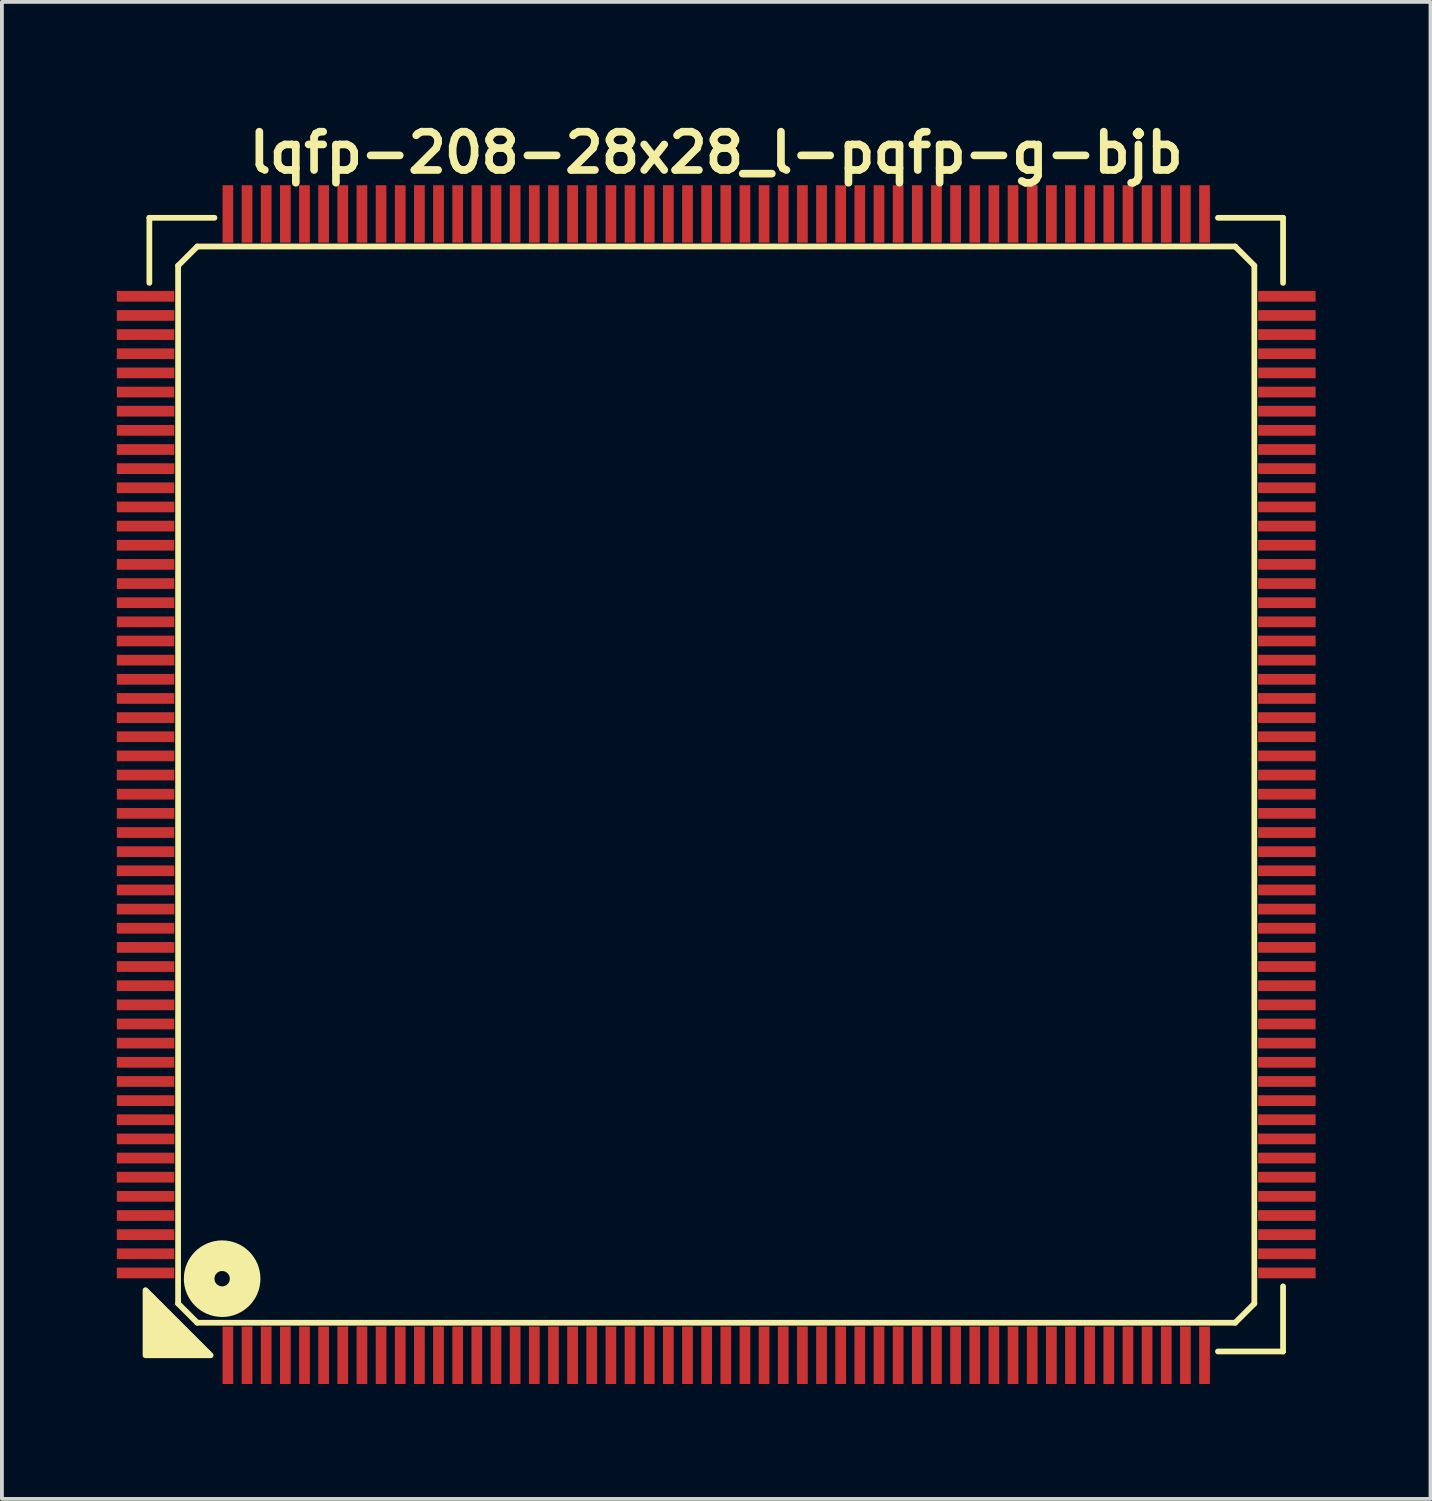
<source format=kicad_pcb>
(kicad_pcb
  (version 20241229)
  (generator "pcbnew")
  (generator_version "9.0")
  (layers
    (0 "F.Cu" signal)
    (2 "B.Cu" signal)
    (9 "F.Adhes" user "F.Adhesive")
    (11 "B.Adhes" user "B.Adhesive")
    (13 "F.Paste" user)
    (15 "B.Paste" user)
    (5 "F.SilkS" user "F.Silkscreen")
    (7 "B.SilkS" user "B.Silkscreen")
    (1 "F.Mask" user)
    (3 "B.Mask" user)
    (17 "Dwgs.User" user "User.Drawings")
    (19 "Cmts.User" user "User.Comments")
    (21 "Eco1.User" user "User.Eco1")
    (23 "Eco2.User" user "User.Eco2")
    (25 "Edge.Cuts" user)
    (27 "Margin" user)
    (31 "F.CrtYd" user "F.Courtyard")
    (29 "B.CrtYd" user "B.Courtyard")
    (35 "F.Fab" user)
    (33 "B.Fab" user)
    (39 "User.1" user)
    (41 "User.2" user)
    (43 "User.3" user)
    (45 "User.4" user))
  (footprint "lqfp-208-28x28_l-pqfp-g-bjb"
    (layer "F.Cu")
    (at 15.65 17.436)
    (property "Reference" "lqfp-208-28x28_l-pqfp-g-bjb" (at 0 -16.5 0) (layer "F.SilkS") (effects (font (size 1 1) (thickness 0.2))))
    (attr smd)
    (fp_line (start -14.8 -14.8) (end -13.1 -14.8) (stroke (width 0.15) (type solid)) (layer "F.SilkS"))
    (fp_line (start -14.8 -13.1) (end -14.8 -14.8) (stroke (width 0.15) (type solid)) (layer "F.SilkS"))
    (fp_line (start -14.05 -13.55) (end -13.55 -14.05) (stroke (width 0.15) (type solid)) (layer "F.SilkS"))
    (fp_line (start -14.05 13.55) (end -14.05 -13.55) (stroke (width 0.15) (type solid)) (layer "F.SilkS"))
    (fp_line (start -13.55 -14.05) (end 13.55 -14.05) (stroke (width 0.15) (type solid)) (layer "F.SilkS"))
    (fp_line (start -13.55 14.05) (end -14.05 13.55) (stroke (width 0.15) (type solid)) (layer "F.SilkS"))
    (fp_line (start 13.1 -14.8) (end 14.8 -14.8) (stroke (width 0.15) (type solid)) (layer "F.SilkS"))
    (fp_line (start 13.55 -14.05) (end 14.05 -13.55) (stroke (width 0.15) (type solid)) (layer "F.SilkS"))
    (fp_line (start 13.55 14.05) (end -13.55 14.05) (stroke (width 0.15) (type solid)) (layer "F.SilkS"))
    (fp_line (start 14.05 -13.55) (end 14.05 13.55) (stroke (width 0.15) (type solid)) (layer "F.SilkS"))
    (fp_line (start 14.05 13.55) (end 13.55 14.05) (stroke (width 0.15) (type solid)) (layer "F.SilkS"))
    (fp_line (start 14.8 -14.8) (end 14.8 -13.1) (stroke (width 0.15) (type solid)) (layer "F.SilkS"))
    (fp_line (start 14.8 13.1) (end 14.8 14.8) (stroke (width 0.15) (type solid)) (layer "F.SilkS"))
    (fp_line (start 14.8 14.8) (end 13.1 14.8) (stroke (width 0.15) (type solid)) (layer "F.SilkS"))
    (fp_circle (center -12.9 12.9) (end -12.7 12.9) (stroke (width 0.8) (type solid)) (fill no) (layer "F.SilkS"))
    (fp_poly (pts (xy -13.2 14.9) (xy -14.9 14.9) (xy -14.9 13.2)) (stroke (width 0.15) (type solid)) (fill yes) (layer "F.SilkS"))
    (pad "1" smd rect (at -12.75 14.9) (size 0.28 1.5) (layers "F.Cu" "F.Mask" "F.Paste"))
    (pad "2" smd rect (at -12.25 14.9) (size 0.28 1.5) (layers "F.Cu" "F.Mask" "F.Paste"))
    (pad "3" smd rect (at -11.75 14.9) (size 0.28 1.5) (layers "F.Cu" "F.Mask" "F.Paste"))
    (pad "4" smd rect (at -11.25 14.9) (size 0.28 1.5) (layers "F.Cu" "F.Mask" "F.Paste"))
    (pad "5" smd rect (at -10.75 14.9) (size 0.28 1.5) (layers "F.Cu" "F.Mask" "F.Paste"))
    (pad "6" smd rect (at -10.25 14.9) (size 0.28 1.5) (layers "F.Cu" "F.Mask" "F.Paste"))
    (pad "7" smd rect (at -9.75 14.9) (size 0.28 1.5) (layers "F.Cu" "F.Mask" "F.Paste"))
    (pad "8" smd rect (at -9.25 14.9) (size 0.28 1.5) (layers "F.Cu" "F.Mask" "F.Paste"))
    (pad "9" smd rect (at -8.75 14.9) (size 0.28 1.5) (layers "F.Cu" "F.Mask" "F.Paste"))
    (pad "10" smd rect (at -8.25 14.9) (size 0.28 1.5) (layers "F.Cu" "F.Mask" "F.Paste"))
    (pad "11" smd rect (at -7.75 14.9) (size 0.28 1.5) (layers "F.Cu" "F.Mask" "F.Paste"))
    (pad "12" smd rect (at -7.25 14.9) (size 0.28 1.5) (layers "F.Cu" "F.Mask" "F.Paste"))
    (pad "13" smd rect (at -6.75 14.9) (size 0.28 1.5) (layers "F.Cu" "F.Mask" "F.Paste"))
    (pad "14" smd rect (at -6.25 14.9) (size 0.28 1.5) (layers "F.Cu" "F.Mask" "F.Paste"))
    (pad "15" smd rect (at -5.75 14.9) (size 0.28 1.5) (layers "F.Cu" "F.Mask" "F.Paste"))
    (pad "16" smd rect (at -5.25 14.9) (size 0.28 1.5) (layers "F.Cu" "F.Mask" "F.Paste"))
    (pad "17" smd rect (at -4.75 14.9) (size 0.28 1.5) (layers "F.Cu" "F.Mask" "F.Paste"))
    (pad "18" smd rect (at -4.25 14.9) (size 0.28 1.5) (layers "F.Cu" "F.Mask" "F.Paste"))
    (pad "19" smd rect (at -3.75 14.9) (size 0.28 1.5) (layers "F.Cu" "F.Mask" "F.Paste"))
    (pad "20" smd rect (at -3.25 14.9) (size 0.28 1.5) (layers "F.Cu" "F.Mask" "F.Paste"))
    (pad "21" smd rect (at -2.75 14.9) (size 0.28 1.5) (layers "F.Cu" "F.Mask" "F.Paste"))
    (pad "22" smd rect (at -2.25 14.9) (size 0.28 1.5) (layers "F.Cu" "F.Mask" "F.Paste"))
    (pad "23" smd rect (at -1.75 14.9) (size 0.28 1.5) (layers "F.Cu" "F.Mask" "F.Paste"))
    (pad "24" smd rect (at -1.25 14.9) (size 0.28 1.5) (layers "F.Cu" "F.Mask" "F.Paste"))
    (pad "25" smd rect (at -0.75 14.9) (size 0.28 1.5) (layers "F.Cu" "F.Mask" "F.Paste"))
    (pad "26" smd rect (at -0.25 14.9) (size 0.28 1.5) (layers "F.Cu" "F.Mask" "F.Paste"))
    (pad "27" smd rect (at 0.25 14.9) (size 0.28 1.5) (layers "F.Cu" "F.Mask" "F.Paste"))
    (pad "28" smd rect (at 0.75 14.9) (size 0.28 1.5) (layers "F.Cu" "F.Mask" "F.Paste"))
    (pad "29" smd rect (at 1.25 14.9) (size 0.28 1.5) (layers "F.Cu" "F.Mask" "F.Paste"))
    (pad "30" smd rect (at 1.75 14.9) (size 0.28 1.5) (layers "F.Cu" "F.Mask" "F.Paste"))
    (pad "31" smd rect (at 2.25 14.9) (size 0.28 1.5) (layers "F.Cu" "F.Mask" "F.Paste"))
    (pad "32" smd rect (at 2.75 14.9) (size 0.28 1.5) (layers "F.Cu" "F.Mask" "F.Paste"))
    (pad "33" smd rect (at 3.25 14.9) (size 0.28 1.5) (layers "F.Cu" "F.Mask" "F.Paste"))
    (pad "34" smd rect (at 3.75 14.9) (size 0.28 1.5) (layers "F.Cu" "F.Mask" "F.Paste"))
    (pad "35" smd rect (at 4.25 14.9) (size 0.28 1.5) (layers "F.Cu" "F.Mask" "F.Paste"))
    (pad "36" smd rect (at 4.75 14.9) (size 0.28 1.5) (layers "F.Cu" "F.Mask" "F.Paste"))
    (pad "37" smd rect (at 5.25 14.9) (size 0.28 1.5) (layers "F.Cu" "F.Mask" "F.Paste"))
    (pad "38" smd rect (at 5.75 14.9) (size 0.28 1.5) (layers "F.Cu" "F.Mask" "F.Paste"))
    (pad "39" smd rect (at 6.25 14.9) (size 0.28 1.5) (layers "F.Cu" "F.Mask" "F.Paste"))
    (pad "40" smd rect (at 6.75 14.9) (size 0.28 1.5) (layers "F.Cu" "F.Mask" "F.Paste"))
    (pad "41" smd rect (at 7.25 14.9) (size 0.28 1.5) (layers "F.Cu" "F.Mask" "F.Paste"))
    (pad "42" smd rect (at 7.75 14.9) (size 0.28 1.5) (layers "F.Cu" "F.Mask" "F.Paste"))
    (pad "43" smd rect (at 8.25 14.9) (size 0.28 1.5) (layers "F.Cu" "F.Mask" "F.Paste"))
    (pad "44" smd rect (at 8.75 14.9) (size 0.28 1.5) (layers "F.Cu" "F.Mask" "F.Paste"))
    (pad "45" smd rect (at 9.25 14.9) (size 0.28 1.5) (layers "F.Cu" "F.Mask" "F.Paste"))
    (pad "46" smd rect (at 9.75 14.9) (size 0.28 1.5) (layers "F.Cu" "F.Mask" "F.Paste"))
    (pad "47" smd rect (at 10.25 14.9) (size 0.28 1.5) (layers "F.Cu" "F.Mask" "F.Paste"))
    (pad "48" smd rect (at 10.75 14.9) (size 0.28 1.5) (layers "F.Cu" "F.Mask" "F.Paste"))
    (pad "49" smd rect (at 11.25 14.9) (size 0.28 1.5) (layers "F.Cu" "F.Mask" "F.Paste"))
    (pad "50" smd rect (at 11.75 14.9) (size 0.28 1.5) (layers "F.Cu" "F.Mask" "F.Paste"))
    (pad "51" smd rect (at 12.25 14.9) (size 0.28 1.5) (layers "F.Cu" "F.Mask" "F.Paste"))
    (pad "52" smd rect (at 12.75 14.9) (size 0.28 1.5) (layers "F.Cu" "F.Mask" "F.Paste"))
    (pad "53" smd rect (at 14.9 12.75) (size 1.5 0.28) (layers "F.Cu" "F.Mask" "F.Paste"))
    (pad "54" smd rect (at 14.9 12.25) (size 1.5 0.28) (layers "F.Cu" "F.Mask" "F.Paste"))
    (pad "55" smd rect (at 14.9 11.75) (size 1.5 0.28) (layers "F.Cu" "F.Mask" "F.Paste"))
    (pad "56" smd rect (at 14.9 11.25) (size 1.5 0.28) (layers "F.Cu" "F.Mask" "F.Paste"))
    (pad "57" smd rect (at 14.9 10.75) (size 1.5 0.28) (layers "F.Cu" "F.Mask" "F.Paste"))
    (pad "58" smd rect (at 14.9 10.25) (size 1.5 0.28) (layers "F.Cu" "F.Mask" "F.Paste"))
    (pad "59" smd rect (at 14.9 9.75) (size 1.5 0.28) (layers "F.Cu" "F.Mask" "F.Paste"))
    (pad "60" smd rect (at 14.9 9.25) (size 1.5 0.28) (layers "F.Cu" "F.Mask" "F.Paste"))
    (pad "61" smd rect (at 14.9 8.75) (size 1.5 0.28) (layers "F.Cu" "F.Mask" "F.Paste"))
    (pad "62" smd rect (at 14.9 8.25) (size 1.5 0.28) (layers "F.Cu" "F.Mask" "F.Paste"))
    (pad "63" smd rect (at 14.9 7.75) (size 1.5 0.28) (layers "F.Cu" "F.Mask" "F.Paste"))
    (pad "64" smd rect (at 14.9 7.25) (size 1.5 0.28) (layers "F.Cu" "F.Mask" "F.Paste"))
    (pad "65" smd rect (at 14.9 6.75) (size 1.5 0.28) (layers "F.Cu" "F.Mask" "F.Paste"))
    (pad "66" smd rect (at 14.9 6.25) (size 1.5 0.28) (layers "F.Cu" "F.Mask" "F.Paste"))
    (pad "67" smd rect (at 14.9 5.75) (size 1.5 0.28) (layers "F.Cu" "F.Mask" "F.Paste"))
    (pad "68" smd rect (at 14.9 5.25) (size 1.5 0.28) (layers "F.Cu" "F.Mask" "F.Paste"))
    (pad "69" smd rect (at 14.9 4.75) (size 1.5 0.28) (layers "F.Cu" "F.Mask" "F.Paste"))
    (pad "70" smd rect (at 14.9 4.25) (size 1.5 0.28) (layers "F.Cu" "F.Mask" "F.Paste"))
    (pad "71" smd rect (at 14.9 3.75) (size 1.5 0.28) (layers "F.Cu" "F.Mask" "F.Paste"))
    (pad "72" smd rect (at 14.9 3.25) (size 1.5 0.28) (layers "F.Cu" "F.Mask" "F.Paste"))
    (pad "73" smd rect (at 14.9 2.75) (size 1.5 0.28) (layers "F.Cu" "F.Mask" "F.Paste"))
    (pad "74" smd rect (at 14.9 2.25) (size 1.5 0.28) (layers "F.Cu" "F.Mask" "F.Paste"))
    (pad "75" smd rect (at 14.9 1.75) (size 1.5 0.28) (layers "F.Cu" "F.Mask" "F.Paste"))
    (pad "76" smd rect (at 14.9 1.25) (size 1.5 0.28) (layers "F.Cu" "F.Mask" "F.Paste"))
    (pad "77" smd rect (at 14.9 0.75) (size 1.5 0.28) (layers "F.Cu" "F.Mask" "F.Paste"))
    (pad "78" smd rect (at 14.9 0.25) (size 1.5 0.28) (layers "F.Cu" "F.Mask" "F.Paste"))
    (pad "79" smd rect (at 14.9 -0.25) (size 1.5 0.28) (layers "F.Cu" "F.Mask" "F.Paste"))
    (pad "80" smd rect (at 14.9 -0.75) (size 1.5 0.28) (layers "F.Cu" "F.Mask" "F.Paste"))
    (pad "81" smd rect (at 14.9 -1.25) (size 1.5 0.28) (layers "F.Cu" "F.Mask" "F.Paste"))
    (pad "82" smd rect (at 14.9 -1.75) (size 1.5 0.28) (layers "F.Cu" "F.Mask" "F.Paste"))
    (pad "83" smd rect (at 14.9 -2.25) (size 1.5 0.28) (layers "F.Cu" "F.Mask" "F.Paste"))
    (pad "84" smd rect (at 14.9 -2.75) (size 1.5 0.28) (layers "F.Cu" "F.Mask" "F.Paste"))
    (pad "85" smd rect (at 14.9 -3.25) (size 1.5 0.28) (layers "F.Cu" "F.Mask" "F.Paste"))
    (pad "86" smd rect (at 14.9 -3.75) (size 1.5 0.28) (layers "F.Cu" "F.Mask" "F.Paste"))
    (pad "87" smd rect (at 14.9 -4.25) (size 1.5 0.28) (layers "F.Cu" "F.Mask" "F.Paste"))
    (pad "88" smd rect (at 14.9 -4.75) (size 1.5 0.28) (layers "F.Cu" "F.Mask" "F.Paste"))
    (pad "89" smd rect (at 14.9 -5.25) (size 1.5 0.28) (layers "F.Cu" "F.Mask" "F.Paste"))
    (pad "90" smd rect (at 14.9 -5.75) (size 1.5 0.28) (layers "F.Cu" "F.Mask" "F.Paste"))
    (pad "91" smd rect (at 14.9 -6.25) (size 1.5 0.28) (layers "F.Cu" "F.Mask" "F.Paste"))
    (pad "92" smd rect (at 14.9 -6.75) (size 1.5 0.28) (layers "F.Cu" "F.Mask" "F.Paste"))
    (pad "93" smd rect (at 14.9 -7.25) (size 1.5 0.28) (layers "F.Cu" "F.Mask" "F.Paste"))
    (pad "94" smd rect (at 14.9 -7.75) (size 1.5 0.28) (layers "F.Cu" "F.Mask" "F.Paste"))
    (pad "95" smd rect (at 14.9 -8.25) (size 1.5 0.28) (layers "F.Cu" "F.Mask" "F.Paste"))
    (pad "96" smd rect (at 14.9 -8.75) (size 1.5 0.28) (layers "F.Cu" "F.Mask" "F.Paste"))
    (pad "97" smd rect (at 14.9 -9.25) (size 1.5 0.28) (layers "F.Cu" "F.Mask" "F.Paste"))
    (pad "98" smd rect (at 14.9 -9.75) (size 1.5 0.28) (layers "F.Cu" "F.Mask" "F.Paste"))
    (pad "99" smd rect (at 14.9 -10.25) (size 1.5 0.28) (layers "F.Cu" "F.Mask" "F.Paste"))
    (pad "100" smd rect (at 14.9 -10.75) (size 1.5 0.28) (layers "F.Cu" "F.Mask" "F.Paste"))
    (pad "101" smd rect (at 14.9 -11.25) (size 1.5 0.28) (layers "F.Cu" "F.Mask" "F.Paste"))
    (pad "102" smd rect (at 14.9 -11.75) (size 1.5 0.28) (layers "F.Cu" "F.Mask" "F.Paste"))
    (pad "103" smd rect (at 14.9 -12.25) (size 1.5 0.28) (layers "F.Cu" "F.Mask" "F.Paste"))
    (pad "104" smd rect (at 14.9 -12.75) (size 1.5 0.28) (layers "F.Cu" "F.Mask" "F.Paste"))
    (pad "105" smd rect (at 12.75 -14.9) (size 0.28 1.5) (layers "F.Cu" "F.Mask" "F.Paste"))
    (pad "106" smd rect (at 12.25 -14.9) (size 0.28 1.5) (layers "F.Cu" "F.Mask" "F.Paste"))
    (pad "107" smd rect (at 11.75 -14.9) (size 0.28 1.5) (layers "F.Cu" "F.Mask" "F.Paste"))
    (pad "108" smd rect (at 11.25 -14.9) (size 0.28 1.5) (layers "F.Cu" "F.Mask" "F.Paste"))
    (pad "109" smd rect (at 10.75 -14.9) (size 0.28 1.5) (layers "F.Cu" "F.Mask" "F.Paste"))
    (pad "110" smd rect (at 10.25 -14.9) (size 0.28 1.5) (layers "F.Cu" "F.Mask" "F.Paste"))
    (pad "111" smd rect (at 9.75 -14.9) (size 0.28 1.5) (layers "F.Cu" "F.Mask" "F.Paste"))
    (pad "112" smd rect (at 9.25 -14.9) (size 0.28 1.5) (layers "F.Cu" "F.Mask" "F.Paste"))
    (pad "113" smd rect (at 8.75 -14.9) (size 0.28 1.5) (layers "F.Cu" "F.Mask" "F.Paste"))
    (pad "114" smd rect (at 8.25 -14.9) (size 0.28 1.5) (layers "F.Cu" "F.Mask" "F.Paste"))
    (pad "115" smd rect (at 7.75 -14.9) (size 0.28 1.5) (layers "F.Cu" "F.Mask" "F.Paste"))
    (pad "116" smd rect (at 7.25 -14.9) (size 0.28 1.5) (layers "F.Cu" "F.Mask" "F.Paste"))
    (pad "117" smd rect (at 6.75 -14.9) (size 0.28 1.5) (layers "F.Cu" "F.Mask" "F.Paste"))
    (pad "118" smd rect (at 6.25 -14.9) (size 0.28 1.5) (layers "F.Cu" "F.Mask" "F.Paste"))
    (pad "119" smd rect (at 5.75 -14.9) (size 0.28 1.5) (layers "F.Cu" "F.Mask" "F.Paste"))
    (pad "120" smd rect (at 5.25 -14.9) (size 0.28 1.5) (layers "F.Cu" "F.Mask" "F.Paste"))
    (pad "121" smd rect (at 4.75 -14.9) (size 0.28 1.5) (layers "F.Cu" "F.Mask" "F.Paste"))
    (pad "122" smd rect (at 4.25 -14.9) (size 0.28 1.5) (layers "F.Cu" "F.Mask" "F.Paste"))
    (pad "123" smd rect (at 3.75 -14.9) (size 0.28 1.5) (layers "F.Cu" "F.Mask" "F.Paste"))
    (pad "124" smd rect (at 3.25 -14.9) (size 0.28 1.5) (layers "F.Cu" "F.Mask" "F.Paste"))
    (pad "125" smd rect (at 2.75 -14.9) (size 0.28 1.5) (layers "F.Cu" "F.Mask" "F.Paste"))
    (pad "126" smd rect (at 2.25 -14.9) (size 0.28 1.5) (layers "F.Cu" "F.Mask" "F.Paste"))
    (pad "127" smd rect (at 1.75 -14.9) (size 0.28 1.5) (layers "F.Cu" "F.Mask" "F.Paste"))
    (pad "128" smd rect (at 1.25 -14.9) (size 0.28 1.5) (layers "F.Cu" "F.Mask" "F.Paste"))
    (pad "129" smd rect (at 0.75 -14.9) (size 0.28 1.5) (layers "F.Cu" "F.Mask" "F.Paste"))
    (pad "130" smd rect (at 0.25 -14.9) (size 0.28 1.5) (layers "F.Cu" "F.Mask" "F.Paste"))
    (pad "131" smd rect (at -0.25 -14.9) (size 0.28 1.5) (layers "F.Cu" "F.Mask" "F.Paste"))
    (pad "132" smd rect (at -0.75 -14.9) (size 0.28 1.5) (layers "F.Cu" "F.Mask" "F.Paste"))
    (pad "133" smd rect (at -1.25 -14.9) (size 0.28 1.5) (layers "F.Cu" "F.Mask" "F.Paste"))
    (pad "134" smd rect (at -1.75 -14.9) (size 0.28 1.5) (layers "F.Cu" "F.Mask" "F.Paste"))
    (pad "135" smd rect (at -2.25 -14.9) (size 0.28 1.5) (layers "F.Cu" "F.Mask" "F.Paste"))
    (pad "136" smd rect (at -2.75 -14.9) (size 0.28 1.5) (layers "F.Cu" "F.Mask" "F.Paste"))
    (pad "137" smd rect (at -3.25 -14.9) (size 0.28 1.5) (layers "F.Cu" "F.Mask" "F.Paste"))
    (pad "138" smd rect (at -3.75 -14.9) (size 0.28 1.5) (layers "F.Cu" "F.Mask" "F.Paste"))
    (pad "139" smd rect (at -4.25 -14.9) (size 0.28 1.5) (layers "F.Cu" "F.Mask" "F.Paste"))
    (pad "140" smd rect (at -4.75 -14.9) (size 0.28 1.5) (layers "F.Cu" "F.Mask" "F.Paste"))
    (pad "141" smd rect (at -5.25 -14.9) (size 0.28 1.5) (layers "F.Cu" "F.Mask" "F.Paste"))
    (pad "142" smd rect (at -5.75 -14.9) (size 0.28 1.5) (layers "F.Cu" "F.Mask" "F.Paste"))
    (pad "143" smd rect (at -6.25 -14.9) (size 0.28 1.5) (layers "F.Cu" "F.Mask" "F.Paste"))
    (pad "144" smd rect (at -6.75 -14.9) (size 0.28 1.5) (layers "F.Cu" "F.Mask" "F.Paste"))
    (pad "145" smd rect (at -7.25 -14.9) (size 0.28 1.5) (layers "F.Cu" "F.Mask" "F.Paste"))
    (pad "146" smd rect (at -7.75 -14.9) (size 0.28 1.5) (layers "F.Cu" "F.Mask" "F.Paste"))
    (pad "147" smd rect (at -8.25 -14.9) (size 0.28 1.5) (layers "F.Cu" "F.Mask" "F.Paste"))
    (pad "148" smd rect (at -8.75 -14.9) (size 0.28 1.5) (layers "F.Cu" "F.Mask" "F.Paste"))
    (pad "149" smd rect (at -9.25 -14.9) (size 0.28 1.5) (layers "F.Cu" "F.Mask" "F.Paste"))
    (pad "150" smd rect (at -9.75 -14.9) (size 0.28 1.5) (layers "F.Cu" "F.Mask" "F.Paste"))
    (pad "151" smd rect (at -10.25 -14.9) (size 0.28 1.5) (layers "F.Cu" "F.Mask" "F.Paste"))
    (pad "152" smd rect (at -10.75 -14.9) (size 0.28 1.5) (layers "F.Cu" "F.Mask" "F.Paste"))
    (pad "153" smd rect (at -11.25 -14.9) (size 0.28 1.5) (layers "F.Cu" "F.Mask" "F.Paste"))
    (pad "154" smd rect (at -11.75 -14.9) (size 0.28 1.5) (layers "F.Cu" "F.Mask" "F.Paste"))
    (pad "155" smd rect (at -12.25 -14.9) (size 0.28 1.5) (layers "F.Cu" "F.Mask" "F.Paste"))
    (pad "156" smd rect (at -12.75 -14.9) (size 0.28 1.5) (layers "F.Cu" "F.Mask" "F.Paste"))
    (pad "157" smd rect (at -14.9 -12.75) (size 1.5 0.28) (layers "F.Cu" "F.Mask" "F.Paste"))
    (pad "158" smd rect (at -14.9 -12.25) (size 1.5 0.28) (layers "F.Cu" "F.Mask" "F.Paste"))
    (pad "159" smd rect (at -14.9 -11.75) (size 1.5 0.28) (layers "F.Cu" "F.Mask" "F.Paste"))
    (pad "160" smd rect (at -14.9 -11.25) (size 1.5 0.28) (layers "F.Cu" "F.Mask" "F.Paste"))
    (pad "161" smd rect (at -14.9 -10.75) (size 1.5 0.28) (layers "F.Cu" "F.Mask" "F.Paste"))
    (pad "162" smd rect (at -14.9 -10.25) (size 1.5 0.28) (layers "F.Cu" "F.Mask" "F.Paste"))
    (pad "163" smd rect (at -14.9 -9.75) (size 1.5 0.28) (layers "F.Cu" "F.Mask" "F.Paste"))
    (pad "164" smd rect (at -14.9 -9.25) (size 1.5 0.28) (layers "F.Cu" "F.Mask" "F.Paste"))
    (pad "165" smd rect (at -14.9 -8.75) (size 1.5 0.28) (layers "F.Cu" "F.Mask" "F.Paste"))
    (pad "166" smd rect (at -14.9 -8.25) (size 1.5 0.28) (layers "F.Cu" "F.Mask" "F.Paste"))
    (pad "167" smd rect (at -14.9 -7.75) (size 1.5 0.28) (layers "F.Cu" "F.Mask" "F.Paste"))
    (pad "168" smd rect (at -14.9 -7.25) (size 1.5 0.28) (layers "F.Cu" "F.Mask" "F.Paste"))
    (pad "169" smd rect (at -14.9 -6.75) (size 1.5 0.28) (layers "F.Cu" "F.Mask" "F.Paste"))
    (pad "170" smd rect (at -14.9 -6.25) (size 1.5 0.28) (layers "F.Cu" "F.Mask" "F.Paste"))
    (pad "171" smd rect (at -14.9 -5.75) (size 1.5 0.28) (layers "F.Cu" "F.Mask" "F.Paste"))
    (pad "172" smd rect (at -14.9 -5.25) (size 1.5 0.28) (layers "F.Cu" "F.Mask" "F.Paste"))
    (pad "173" smd rect (at -14.9 -4.75) (size 1.5 0.28) (layers "F.Cu" "F.Mask" "F.Paste"))
    (pad "174" smd rect (at -14.9 -4.25) (size 1.5 0.28) (layers "F.Cu" "F.Mask" "F.Paste"))
    (pad "175" smd rect (at -14.9 -3.75) (size 1.5 0.28) (layers "F.Cu" "F.Mask" "F.Paste"))
    (pad "176" smd rect (at -14.9 -3.25) (size 1.5 0.28) (layers "F.Cu" "F.Mask" "F.Paste"))
    (pad "177" smd rect (at -14.9 -2.75) (size 1.5 0.28) (layers "F.Cu" "F.Mask" "F.Paste"))
    (pad "178" smd rect (at -14.9 -2.25) (size 1.5 0.28) (layers "F.Cu" "F.Mask" "F.Paste"))
    (pad "179" smd rect (at -14.9 -1.75) (size 1.5 0.28) (layers "F.Cu" "F.Mask" "F.Paste"))
    (pad "180" smd rect (at -14.9 -1.25) (size 1.5 0.28) (layers "F.Cu" "F.Mask" "F.Paste"))
    (pad "181" smd rect (at -14.9 -0.75) (size 1.5 0.28) (layers "F.Cu" "F.Mask" "F.Paste"))
    (pad "182" smd rect (at -14.9 -0.25) (size 1.5 0.28) (layers "F.Cu" "F.Mask" "F.Paste"))
    (pad "183" smd rect (at -14.9 0.25) (size 1.5 0.28) (layers "F.Cu" "F.Mask" "F.Paste"))
    (pad "184" smd rect (at -14.9 0.75) (size 1.5 0.28) (layers "F.Cu" "F.Mask" "F.Paste"))
    (pad "185" smd rect (at -14.9 1.25) (size 1.5 0.28) (layers "F.Cu" "F.Mask" "F.Paste"))
    (pad "186" smd rect (at -14.9 1.75) (size 1.5 0.28) (layers "F.Cu" "F.Mask" "F.Paste"))
    (pad "187" smd rect (at -14.9 2.25) (size 1.5 0.28) (layers "F.Cu" "F.Mask" "F.Paste"))
    (pad "188" smd rect (at -14.9 2.75) (size 1.5 0.28) (layers "F.Cu" "F.Mask" "F.Paste"))
    (pad "189" smd rect (at -14.9 3.25) (size 1.5 0.28) (layers "F.Cu" "F.Mask" "F.Paste"))
    (pad "190" smd rect (at -14.9 3.75) (size 1.5 0.28) (layers "F.Cu" "F.Mask" "F.Paste"))
    (pad "191" smd rect (at -14.9 4.25) (size 1.5 0.28) (layers "F.Cu" "F.Mask" "F.Paste"))
    (pad "192" smd rect (at -14.9 4.75) (size 1.5 0.28) (layers "F.Cu" "F.Mask" "F.Paste"))
    (pad "193" smd rect (at -14.9 5.25) (size 1.5 0.28) (layers "F.Cu" "F.Mask" "F.Paste"))
    (pad "194" smd rect (at -14.9 5.75) (size 1.5 0.28) (layers "F.Cu" "F.Mask" "F.Paste"))
    (pad "195" smd rect (at -14.9 6.25) (size 1.5 0.28) (layers "F.Cu" "F.Mask" "F.Paste"))
    (pad "196" smd rect (at -14.9 6.75) (size 1.5 0.28) (layers "F.Cu" "F.Mask" "F.Paste"))
    (pad "197" smd rect (at -14.9 7.25) (size 1.5 0.28) (layers "F.Cu" "F.Mask" "F.Paste"))
    (pad "198" smd rect (at -14.9 7.75) (size 1.5 0.28) (layers "F.Cu" "F.Mask" "F.Paste"))
    (pad "199" smd rect (at -14.9 8.25) (size 1.5 0.28) (layers "F.Cu" "F.Mask" "F.Paste"))
    (pad "200" smd rect (at -14.9 8.75) (size 1.5 0.28) (layers "F.Cu" "F.Mask" "F.Paste"))
    (pad "201" smd rect (at -14.9 9.25) (size 1.5 0.28) (layers "F.Cu" "F.Mask" "F.Paste"))
    (pad "202" smd rect (at -14.9 9.75) (size 1.5 0.28) (layers "F.Cu" "F.Mask" "F.Paste"))
    (pad "203" smd rect (at -14.9 10.25) (size 1.5 0.28) (layers "F.Cu" "F.Mask" "F.Paste"))
    (pad "204" smd rect (at -14.9 10.75) (size 1.5 0.28) (layers "F.Cu" "F.Mask" "F.Paste"))
    (pad "205" smd rect (at -14.9 11.25) (size 1.5 0.28) (layers "F.Cu" "F.Mask" "F.Paste"))
    (pad "206" smd rect (at -14.9 11.75) (size 1.5 0.28) (layers "F.Cu" "F.Mask" "F.Paste"))
    (pad "207" smd rect (at -14.9 12.25) (size 1.5 0.28) (layers "F.Cu" "F.Mask" "F.Paste"))
    (pad "208" smd rect (at -14.9 12.75) (size 1.5 0.28) (layers "F.Cu" "F.Mask" "F.Paste")))
  (gr_rect
    (start -3 -3)
    (end 34.3 36.086)
    (stroke (width 0.1) (type default))
    (fill no)
    (layer "Edge.Cuts")))
</source>
